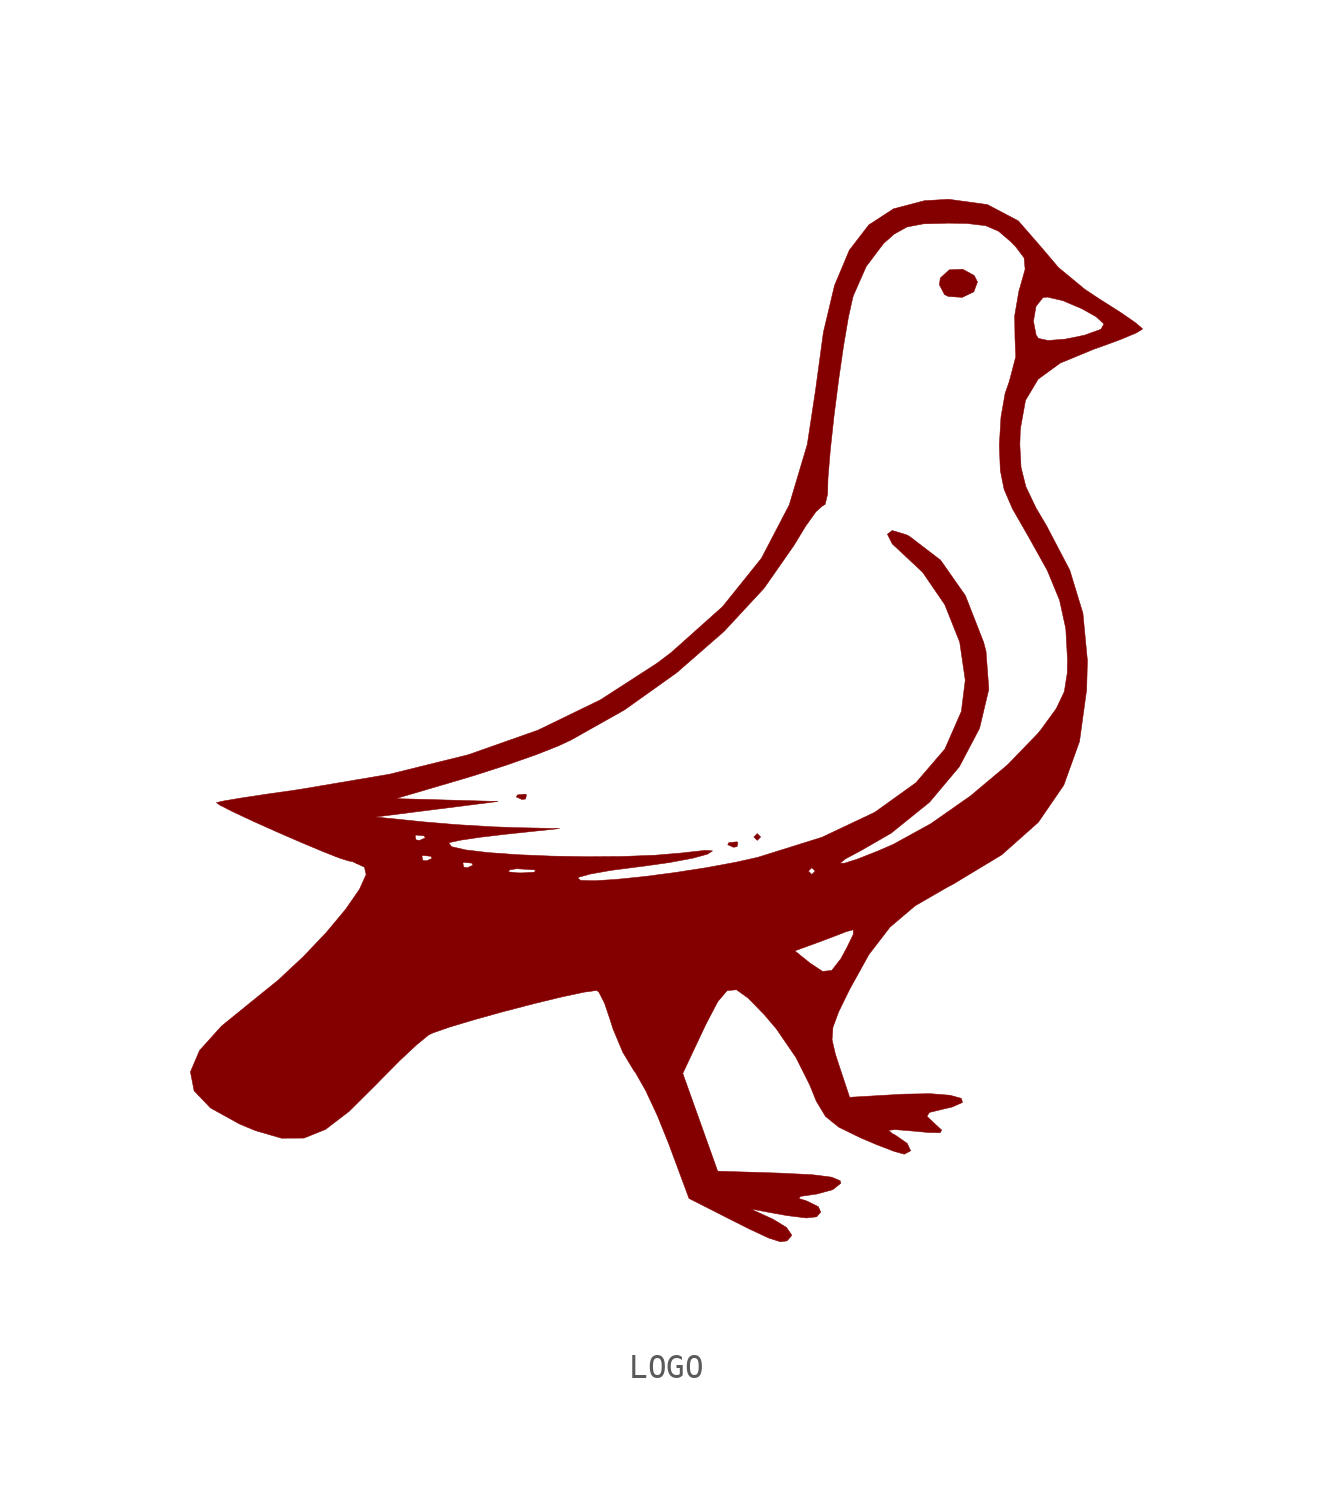
<source format=kicad_sym>
(kicad_symbol_lib
  (version 20220914)
  (generator "bitmap2component")
  (generator_version "9.0")
  (symbol "LOGO"
    (pin_names
      (offset 1.016))
    (property "Reference" "#G"
      (at 0 21.483 0)
      (effects (font (size 1.27 1.27)) hide))
    (symbol "LOGO_0_0"
      (polyline (pts (xy 4.956 -21.752) (xy 5.133 -21.553) (xy 5.149 -21.502) (xy 4.934 -21.19) (xy 4.365 -20.843) (xy 3.425 -20.413) (xy 4.423 -20.599) (xy 4.957 -20.694) (xy 5.764 -20.794) (xy 6.194 -20.746) (xy 6.367 -20.548) (xy 6.268 -20.323) (xy 5.796 -20.089) (xy 5.45 -19.977) (xy 5.52 -19.89) (xy 6.114 -19.804) (xy 6.206 -19.792) (xy 6.871 -19.609) (xy 7.204 -19.346) (xy 7.183 -19.237) (xy 6.826 -19.087) (xy 6.013 -18.984) (xy 4.686 -18.918) (xy 2.055 -18.836) (xy 1.325 -16.79) (xy 0.594 -14.745) (xy 1.243 -13.366) (xy 1.578 -12.659) (xy 2.061 -11.739) (xy 2.45 -11.279) (xy 2.842 -11.244) (xy 3.331 -11.595) (xy 4.014 -12.297) (xy 4.515 -12.886) (xy 5.334 -14.084) (xy 5.907 -15.227) (xy 6.181 -15.904) (xy 6.57 -16.548) (xy 7.124 -16.995) (xy 8.031 -17.439) (xy 8.726 -17.734) (xy 9.46 -18.014) (xy 9.854 -18.122) (xy 9.866 -18.122) (xy 10.13 -17.983) (xy 9.983 -17.671) (xy 9.489 -17.327) (xy 9.363 -17.263) (xy 9.201 -17.125) (xy 9.485 -17.096) (xy 10.274 -17.161) (xy 10.874 -17.217) (xy 11.364 -17.226) (xy 11.428 -17.117) (xy 11.151 -16.861) (xy 11.141 -16.853) (xy 10.813 -16.544) (xy 10.911 -16.379) (xy 11.503 -16.236) (xy 11.872 -16.149) (xy 12.3 -15.959) (xy 12.247 -15.788) (xy 11.774 -15.658) (xy 10.943 -15.593) (xy 9.815 -15.614) (xy 7.577 -15.744) (xy 7.126 -14.387) (xy 6.978 -13.93) (xy 6.841 -13.337) (xy 6.877 -12.819) (xy 7.113 -12.179) (xy 7.578 -11.224) (xy 8.385 -9.769) (xy 9.266 -8.623) (xy 10.321 -7.729) (xy 11.701 -6.932) (xy 11.9 -6.83) (xy 13.942 -5.597) (xy 15.471 -4.239) (xy 16.538 -2.682) (xy 17.196 -0.853) (xy 17.495 1.323) (xy 17.526 2.534) (xy 17.338 4.511) (xy 16.787 6.317) (xy 15.821 8.163) (xy 15.372 8.922) (xy 14.949 9.811) (xy 14.749 10.616) (xy 14.699 11.559) (xy 14.719 12.219) (xy 14.936 13.42) (xy 15.464 14.303) (xy 16.389 14.979) (xy 17.797 15.561) (xy 17.989 15.626) (xy 18.926 15.97) (xy 19.585 16.247) (xy 19.834 16.404) (xy 19.83 16.416) (xy 19.549 16.659) (xy 18.915 17.097) (xy 18.05 17.646) (xy 17.413 18.069) (xy 16.314 18.977) (xy 15.573 19.851) (xy 14.631 20.932) (xy 13.342 21.61) (xy 11.72 21.833) (xy 10.701 21.772) (xy 9.413 21.434) (xy 8.378 20.76) (xy 7.565 19.704) (xy 6.943 18.221) (xy 6.479 16.265) (xy 6.143 13.793) (xy 5.806 11.579) (xy 5.05 9.043) (xy 3.887 6.812) (xy 2.262 4.79) (xy 0.123 2.878) (xy -0.475 2.424) (xy -2.851 0.888) (xy -5.46 -0.38) (xy -8.382 -1.41) (xy -11.694 -2.229) (xy -15.477 -2.868) (xy -16.781 -3.054) (xy -17.87 -3.219) (xy -18.621 -3.345) (xy -18.919 -3.414) (xy -18.78 -3.517) (xy -18.235 -3.794) (xy -17.763 -4.015) (xy -12.272 -4.015) (xy -9.703 -3.69) (xy -7.135 -3.365) (xy -9.275 -3.306) (xy -11.416 -3.247) (xy -8.705 -2.451) (xy -8.123 -2.276) (xy -6.758 -1.835) (xy -5.52 -1.4) (xy -4.621 -1.044) (xy -4.083 -0.794) (xy -1.843 0.467) (xy 0.333 2.017) (xy 2.321 3.75) (xy 4 5.562) (xy 5.246 7.349) (xy 5.738 8.159) (xy 6.168 8.76) (xy 6.425 8.99) (xy 6.552 9.066) (xy 6.653 9.489) (xy 6.671 10.172) (xy 6.767 11.328) (xy 6.92 12.739) (xy 7.112 14.244) (xy 7.32 15.681) (xy 7.524 16.888) (xy 7.704 17.702) (xy 7.737 17.811) (xy 8.273 19.026) (xy 8.998 19.985) (xy 9.442 20.377) (xy 9.975 20.674) (xy 10.663 20.805) (xy 11.713 20.834) (xy 12.489 20.821) (xy 13.268 20.728) (xy 13.81 20.495) (xy 14.313 20.063) (xy 14.529 19.843) (xy 14.879 19.378) (xy 14.92 18.902) (xy 14.708 18.154) (xy 14.66 17.995) (xy 14.482 16.956) (xy 14.486 16.73) (xy 15.268 16.73) (xy 15.376 17.354) (xy 15.669 17.723) (xy 15.853 17.74) (xy 16.488 17.593) (xy 17.289 17.255) (xy 17.882 16.924) (xy 18.218 16.617) (xy 18.102 16.405) (xy 18.055 16.38) (xy 17.397 16.143) (xy 16.596 15.98) (xy 15.88 15.924) (xy 15.478 16.01) (xy 15.38 16.15) (xy 15.268 16.73) (xy 14.486 16.73) (xy 14.497 15.998) (xy 14.53 15.249) (xy 14.254 14.197) (xy 14.084 13.714) (xy 13.91 12.722) (xy 13.843 11.576) (xy 13.843 11.474) (xy 13.883 10.482) (xy 14.041 9.694) (xy 14.388 8.887) (xy 14.991 7.835) (xy 15.037 7.759) (xy 15.854 6.29) (xy 16.362 5.054) (xy 16.622 3.862) (xy 16.695 2.525) (xy 16.684 2.009) (xy 16.56 1.229) (xy 16.224 0.521) (xy 15.585 -0.355) (xy 15.441 -0.532) (xy 14.187 -1.829) (xy 12.629 -3.137) (xy 10.971 -4.297) (xy 9.418 -5.151) (xy 8.771 -5.434) (xy 7.92 -5.771) (xy 7.369 -5.947) (xy 7.175 -5.95) (xy 7.396 -5.771) (xy 8.092 -5.397) (xy 9.314 -4.692) (xy 10.919 -3.397) (xy 12.169 -1.908) (xy 13.013 -0.304) (xy 13.401 1.332) (xy 13.283 2.922) (xy 13.184 3.295) (xy 12.422 5.247) (xy 11.38 6.734) (xy 10.076 7.732) (xy 9.945 7.797) (xy 9.357 7.973) (xy 9.158 7.818) (xy 9.359 7.414) (xy 9.969 6.845) (xy 10.637 6.218) (xy 11.559 4.869) (xy 12.184 3.298) (xy 12.415 1.712) (xy 12.252 0.402) (xy 11.563 -1.17) (xy 10.35 -2.582) (xy 8.63 -3.817) (xy 6.421 -4.862) (xy 3.74 -5.701) (xy 2.838 -5.904) (xy 1.593 -6.135) (xy 0.666 -6.279) (xy 5.851 -6.279) (xy 5.993 -6.136) (xy 6.136 -6.279) (xy 5.993 -6.421) (xy 5.851 -6.279) (xy 0.666 -6.279) (xy 0.268 -6.34) (xy -1.029 -6.509) (xy -2.191 -6.627) (xy -3.111 -6.684) (xy -3.683 -6.667) (xy -3.799 -6.563) (xy -3.756 -6.536) (xy -3.277 -6.402) (xy -2.419 -6.25) (xy -1.331 -6.108) (xy -1.124 -6.084) (xy 0.035 -5.921) (xy 1.011 -5.739) (xy 1.612 -5.575) (xy 1.635 -5.565) (xy 1.841 -5.432) (xy 1.544 -5.411) (xy 0.713 -5.502) (xy 0.585 -5.518) (xy -0.566 -5.615) (xy -1.929 -5.667) (xy -3.406 -5.678) (xy -4.9 -5.652) (xy -6.313 -5.593) (xy -7.546 -5.505) (xy -8.503 -5.391) (xy -9.085 -5.256) (xy -9.194 -5.103) (xy -9.161 -5.085) (xy -8.717 -4.987) (xy -7.886 -4.863) (xy -6.816 -4.737) (xy -4.566 -4.499) (xy -6.421 -4.46) (xy -7.387 -4.424) (xy -8.888 -4.334) (xy -10.274 -4.217) (xy -12.272 -4.015) (xy -17.763 -4.015) (xy -17.399 -4.185) (xy -16.402 -4.633) (xy -16.008 -4.804) (xy -10.607 -4.804) (xy -10.565 -4.77) (xy -10.227 -4.804) (xy -10.182 -4.89) (xy -10.417 -4.994) (xy -10.568 -4.974) (xy -10.607 -4.804) (xy -16.008 -4.804) (xy -15.373 -5.08) (xy -14.44 -5.471) (xy -13.957 -5.66) (xy -10.322 -5.66) (xy -10.28 -5.626) (xy -9.941 -5.66) (xy -9.897 -5.746) (xy -10.132 -5.851) (xy -10.283 -5.83) (xy -10.322 -5.66) (xy -13.957 -5.66) (xy -13.732 -5.748) (xy -13.38 -5.855) (xy -13.22 -5.885) (xy -13.09 -5.946) (xy -8.609 -5.946) (xy -8.568 -5.912) (xy -8.229 -5.946) (xy -8.184 -6.032) (xy -8.419 -6.136) (xy -8.57 -6.115) (xy -8.609 -5.946) (xy -13.09 -5.946) (xy -12.726 -6.114) (xy -12.682 -6.307) (xy -6.724 -6.307) (xy -6.636 -6.224) (xy -6.36 -6.18) (xy -5.637 -6.224) (xy -5.556 -6.251) (xy -5.617 -6.325) (xy -6.136 -6.355) (xy -6.33 -6.352) (xy -6.724 -6.307) (xy -12.682 -6.307) (xy -12.655 -6.422) (xy -12.933 -7.039) (xy -13.509 -7.872) (xy -14.314 -8.838) (xy -15.052 -9.615) (xy 5.284 -9.615) (xy 6.066 -9.332) (xy 6.707 -9.094) (xy 7.378 -8.835) (xy 7.425 -8.816) (xy 7.727 -8.733) (xy 7.731 -8.923) (xy 7.451 -9.501) (xy 7.207 -9.951) (xy 6.828 -10.436) (xy 6.446 -10.477) (xy 5.922 -10.132) (xy 5.284 -9.615) (xy -15.052 -9.615) (xy -15.281 -9.856) (xy -16.339 -10.844) (xy -17.422 -11.72) (xy -18.707 -12.764) (xy -19.626 -13.785) (xy -20.007 -14.68) (xy -19.853 -15.474) (xy -19.165 -16.193) (xy -17.948 -16.864) (xy -17.29 -17.138) (xy -16.194 -17.456) (xy -15.255 -17.451) (xy -14.353 -17.088) (xy -13.365 -16.331) (xy -12.171 -15.143) (xy -12.076 -15.043) (xy -11.258 -14.217) (xy -10.528 -13.534) (xy -10.034 -13.133) (xy -9.851 -13.046) (xy -9.157 -12.805) (xy -8.128 -12.497) (xy -6.908 -12.158) (xy -5.641 -11.828) (xy -4.473 -11.545) (xy -3.547 -11.347) (xy -3.009 -11.273) (xy -2.917 -11.342) (xy -2.678 -11.809) (xy -2.422 -12.571) (xy -2.322 -12.89) (xy -1.912 -13.865) (xy -1.458 -14.617) (xy -1.37 -14.737) (xy -0.955 -15.469) (xy -0.47 -16.508) (xy -0.000100 -17.672) (xy 0.856 -19.977) (xy 2.684 -20.905) (xy 3.398 -21.264) (xy 4.201 -21.637) (xy 4.683 -21.79) (xy 4.956 -21.752)) (stroke (width 0.01) (type default)) (fill (type outline)))
      (polyline (pts (xy 2.862 -5.259) (xy 2.901 -5.089) (xy 2.86 -5.055) (xy 2.521 -5.089) (xy 2.476 -5.175) (xy 2.711 -5.28) (xy 2.862 -5.259)) (stroke (width 0.01) (type default)) (fill (type outline)))
      (polyline (pts (xy 3.853 -4.852) (xy 3.71 -4.709) (xy 3.567 -4.852) (xy 3.71 -4.994) (xy 3.853 -4.852)) (stroke (width 0.01) (type default)) (fill (type outline)))
      (polyline (pts (xy -5.985 -3.261) (xy -5.946 -3.092) (xy -5.988 -3.058) (xy -6.326 -3.092) (xy -6.371 -3.178) (xy -6.136 -3.282) (xy -5.985 -3.261)) (stroke (width 0.01) (type default)) (fill (type outline)))
      (polyline (pts (xy 12.772 17.96) (xy 12.925 18.373) (xy 12.792 18.641) (xy 12.312 18.904) (xy 11.75 18.881) (xy 11.373 18.542) (xy 11.331 18.257) (xy 11.548 17.843) (xy 11.704 17.768) (xy 12.288 17.728) (xy 12.772 17.96)) (stroke (width 0.01) (type default)) (fill (type outline))))))
</source>
